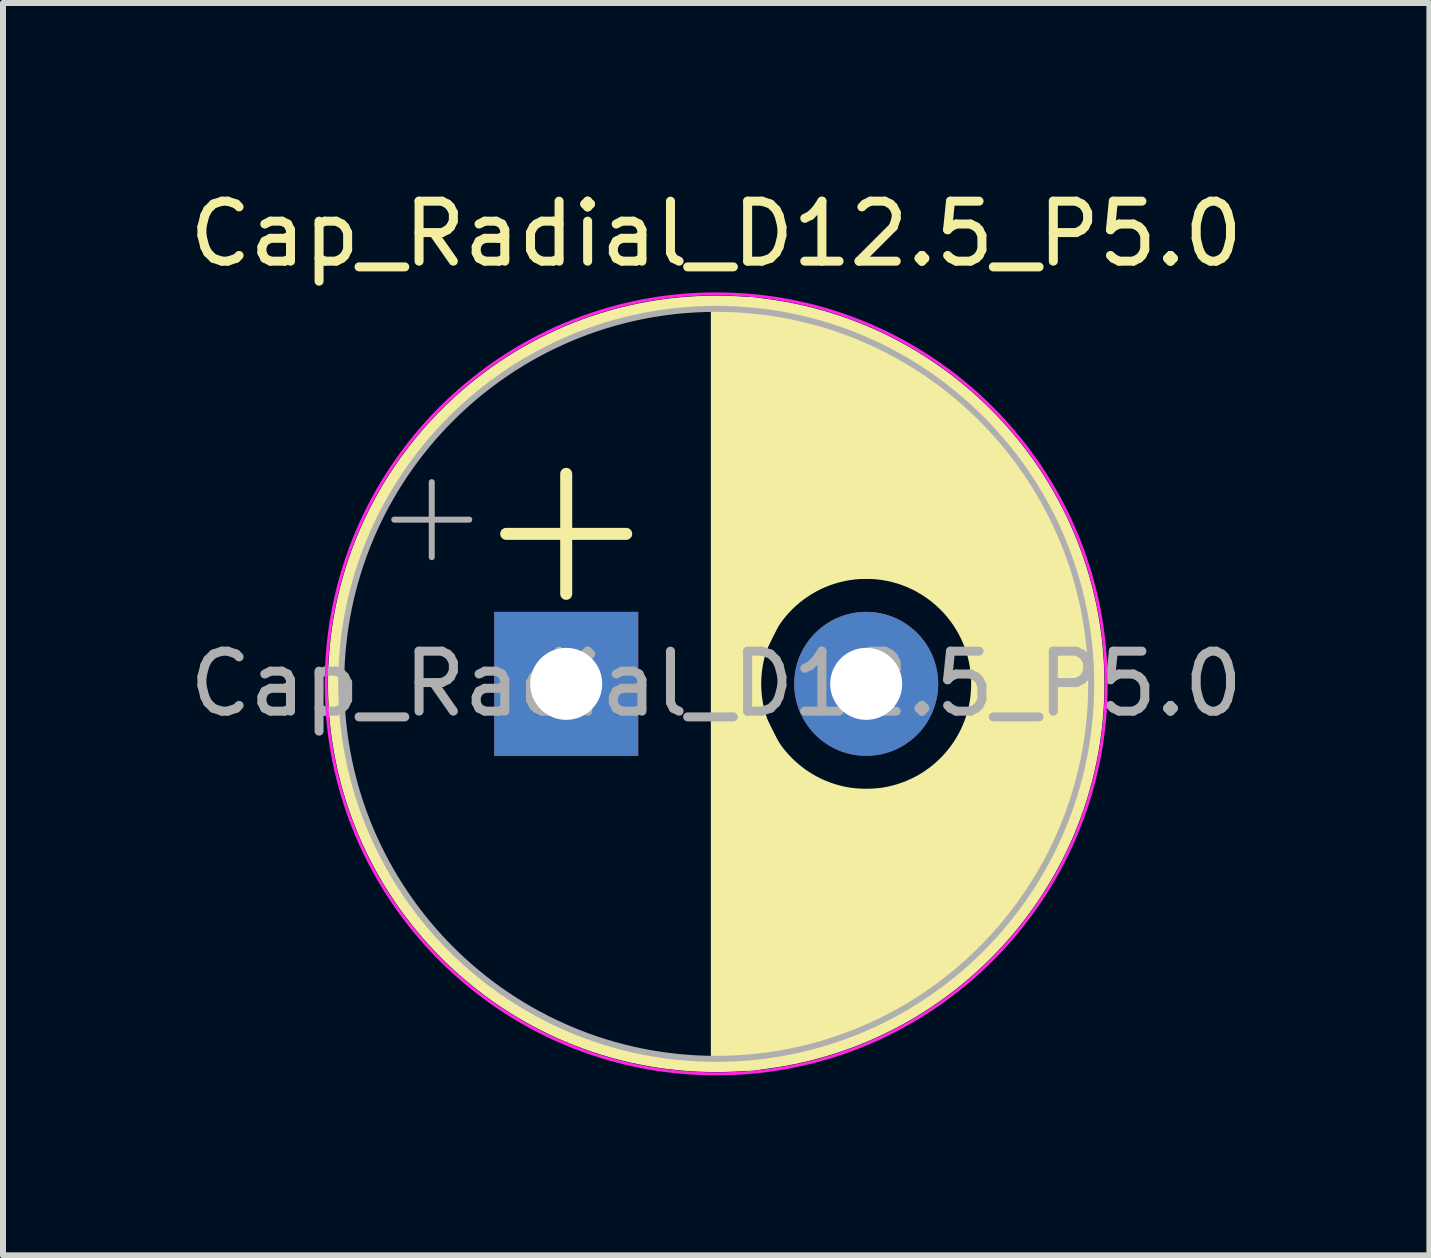
<source format=kicad_pcb>
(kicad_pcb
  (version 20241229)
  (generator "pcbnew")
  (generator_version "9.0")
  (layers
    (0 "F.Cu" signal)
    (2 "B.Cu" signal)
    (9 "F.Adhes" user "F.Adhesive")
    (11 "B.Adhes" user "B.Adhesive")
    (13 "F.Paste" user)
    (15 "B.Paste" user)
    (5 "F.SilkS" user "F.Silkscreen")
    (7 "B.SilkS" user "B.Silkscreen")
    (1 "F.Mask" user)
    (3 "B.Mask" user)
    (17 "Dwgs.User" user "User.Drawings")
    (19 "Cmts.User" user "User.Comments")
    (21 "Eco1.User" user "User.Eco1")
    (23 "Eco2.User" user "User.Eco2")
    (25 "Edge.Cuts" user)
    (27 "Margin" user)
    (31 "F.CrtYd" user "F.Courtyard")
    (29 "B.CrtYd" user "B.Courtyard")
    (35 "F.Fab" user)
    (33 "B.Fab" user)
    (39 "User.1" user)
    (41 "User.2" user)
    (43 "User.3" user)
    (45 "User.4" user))
  (footprint "Cap_Radial_D12.5_P5.0"
    (layer "F.Cu")
    (at 8.887 8.348)
    (property "Reference" "Cap_Radial_D12.5_P5.0" (at 0 -7.5 0) (layer "F.SilkS") (effects (font (size 1 1) (thickness 0.15))))
    (attr through_hole)
    (fp_line (start -3.5 -2.5) (end -1.5 -2.5) (stroke (width 0.2) (type solid)) (layer "F.SilkS"))
    (fp_line (start -2.5 -3.5) (end -2.5 -1.5) (stroke (width 0.2) (type solid)) (layer "F.SilkS"))
    (fp_line (start 0 -6.33) (end 0 6.33) (stroke (width 0.178) (type solid)) (layer "F.SilkS"))
    (fp_circle (center 0 0) (end 6.37 0) (stroke (width 0.2) (type solid)) (fill no) (layer "F.SilkS"))
    (fp_circle (center 2.5 0) (end 4.5 0) (stroke (width 0.5) (type default)) (fill no) (layer "F.SilkS"))
    (fp_poly (pts (xy 0 0) (xy 0.5 0) (xy 1.4 -1.8) (xy 3.6 -1.8) (xy 4.6 0) (xy 6.37 0) (xy 6.2 -1.6) (xy 5.4 -3.4) (xy 4.4 -4.6) (xy 3.4 -5.4) (xy 2.2 -6) (xy 1.6 -6.2) (xy 0.6 -6.4) (xy 0 -6.37)) (stroke (width 0.1) (type solid)) (fill yes) (layer "F.SilkS"))
    (fp_poly (pts (xy 0 0) (xy 0.5 0) (xy 1.4 1.8) (xy 3.6 1.8) (xy 4.6 0) (xy 6.37 0) (xy 6.2 1.6) (xy 5.4 3.4) (xy 4.4 4.6) (xy 3.4 5.4) (xy 2.2 6) (xy 1.6 6.2) (xy 0.6 6.4) (xy 0 6.37)) (stroke (width 0.1) (type solid)) (fill yes) (layer "F.SilkS"))
    (fp_circle (center 0 0) (end 6.5 0) (stroke (width 0.05) (type solid)) (fill no) (layer "F.CrtYd"))
    (fp_line (start -5.366 -2.737) (end -4.116 -2.737) (stroke (width 0.1) (type solid)) (layer "F.Fab"))
    (fp_line (start -4.741 -3.362) (end -4.741 -2.112) (stroke (width 0.1) (type solid)) (layer "F.Fab"))
    (fp_circle (center 0 0) (end 6.25 0) (stroke (width 0.1) (type solid)) (fill no) (layer "F.Fab"))
    (fp_text user "${REFERENCE}" (at 0 0 0) (layer "F.Fab") (effects (font (size 1 1) (thickness 0.15))))
    (pad "N" thru_hole circle (at 2.5 0) (size 2.4 2.4) (drill 1.2) (layers "*.Cu" "*.Mask"))
    (pad "P" thru_hole rect (at -2.5 0) (size 2.4 2.4) (drill 1.2) (layers "*.Cu" "*.Mask")))
  (gr_rect
    (start -3 -3)
    (end 20.774 17.873)
    (stroke (width 0.1) (type default))
    (fill no)
    (layer "Edge.Cuts")))
</source>
